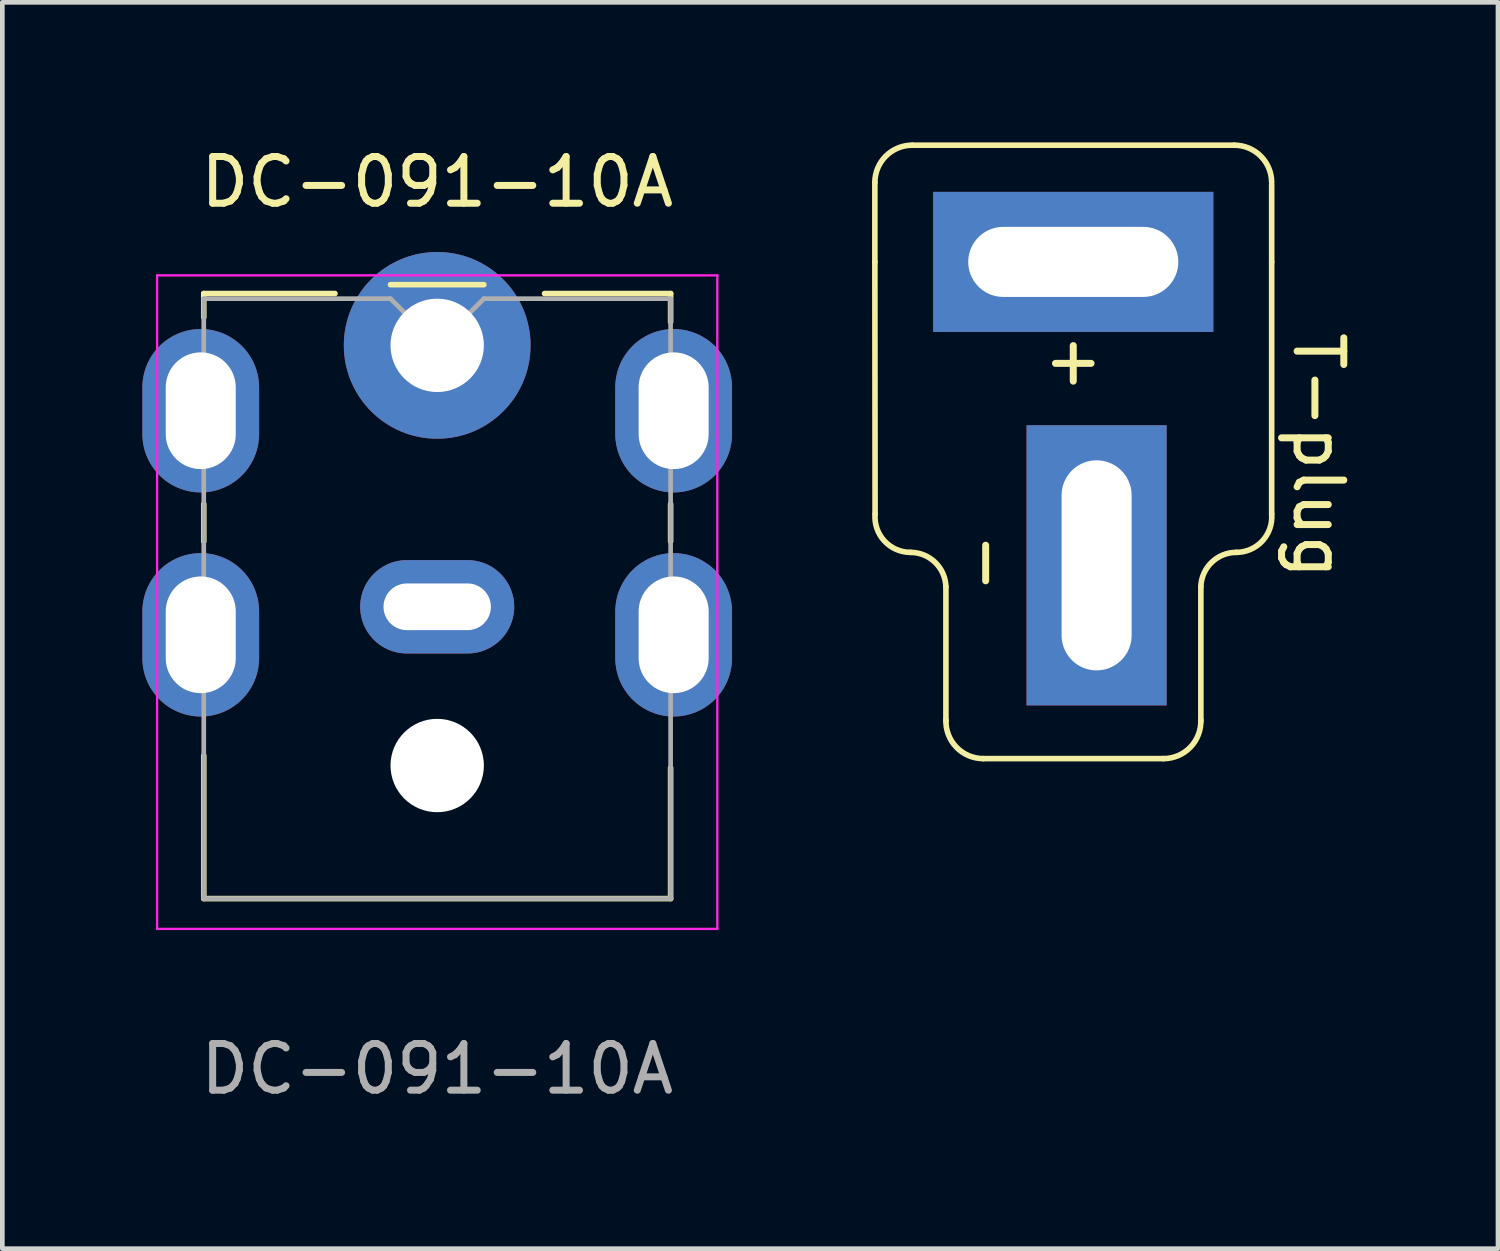
<source format=kicad_pcb>
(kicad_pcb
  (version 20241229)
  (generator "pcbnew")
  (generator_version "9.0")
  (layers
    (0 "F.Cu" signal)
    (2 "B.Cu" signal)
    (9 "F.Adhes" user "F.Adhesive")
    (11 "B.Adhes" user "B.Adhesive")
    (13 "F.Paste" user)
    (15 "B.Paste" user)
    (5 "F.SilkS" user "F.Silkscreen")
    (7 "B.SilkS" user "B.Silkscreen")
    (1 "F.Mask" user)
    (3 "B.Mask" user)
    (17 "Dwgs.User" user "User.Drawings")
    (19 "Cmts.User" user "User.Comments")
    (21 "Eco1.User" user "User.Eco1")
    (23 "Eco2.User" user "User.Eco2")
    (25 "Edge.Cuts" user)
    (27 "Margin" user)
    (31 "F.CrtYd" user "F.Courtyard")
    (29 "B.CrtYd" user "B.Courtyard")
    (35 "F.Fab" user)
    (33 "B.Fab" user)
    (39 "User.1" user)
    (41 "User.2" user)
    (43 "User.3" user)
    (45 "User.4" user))
  (footprint "T-plug"
    (layer "F.Cu")
    (at 19.94 2.56)
    (property "Reference" "T-plug" (at 5.25 4.15 270) (unlocked yes) (layer "F.SilkS") (effects (font (size 1 1) (thickness 0.15))))
    (attr through_hole)
    (fp_line (start -4.25 -1.7) (end -4.25 0) (stroke (width 0.12) (type solid)) (layer "F.SilkS"))
    (fp_line (start -4.25 0) (end -4.245 5.4) (stroke (width 0.12) (type solid)) (layer "F.SilkS"))
    (fp_line (start -3.45 -2.5) (end 3.45 -2.5) (stroke (width 0.12) (type solid)) (layer "F.SilkS"))
    (fp_line (start -2.728 6.96) (end -2.728 9.84) (stroke (width 0.12) (type solid)) (layer "F.SilkS"))
    (fp_line (start -1.928 10.64) (end 1.933 10.64) (stroke (width 0.12) (type solid)) (layer "F.SilkS"))
    (fp_line (start 2.733 6.96) (end 2.733 9.84) (stroke (width 0.12) (type solid)) (layer "F.SilkS"))
    (fp_line (start 4.25 -1.65) (end 4.25 0) (stroke (width 0.12) (type solid)) (layer "F.SilkS"))
    (fp_line (start 4.25 0) (end 4.25 5.4) (stroke (width 0.12) (type solid)) (layer "F.SilkS"))
    (fp_arc (start -4.25 -1.7) (mid -4.015685 -2.265685) (end -3.45 -2.5) (stroke (width 0.12) (type solid)) (layer "F.SilkS"))
    (fp_arc (start -3.48746 6.222087) (mid -4.046381 5.977069) (end -4.24492 5.4) (stroke (width 0.12) (type solid)) (layer "F.SilkS"))
    (fp_arc (start -3.48746 6.222087) (mid -2.957901 6.436956) (end -2.727779 6.960067) (stroke (width 0.12) (type solid)) (layer "F.SilkS"))
    (fp_arc (start -1.927779 10.640067) (mid -2.504348 10.394655) (end -2.727175 9.808988) (stroke (width 0.12) (type solid)) (layer "F.SilkS"))
    (fp_arc (start 2.732255 9.808988) (mid 2.509427 10.394654) (end 1.932859 10.640067) (stroke (width 0.12) (type solid)) (layer "F.SilkS"))
    (fp_arc (start 2.732859 6.960067) (mid 2.962982 6.436958) (end 3.49254 6.222087) (stroke (width 0.12) (type solid)) (layer "F.SilkS"))
    (fp_arc (start 3.45 -2.5) (mid 4.015685 -2.265685) (end 4.25 -1.7) (stroke (width 0.12) (type solid)) (layer "F.SilkS"))
    (fp_arc (start 4.25 5.4) (mid 4.051463 5.977072) (end 3.49254 6.222087) (stroke (width 0.12) (type solid)) (layer "F.SilkS"))
    (fp_text user "+" (at 0 2.1 0) (unlocked yes) (layer "F.SilkS") (effects (font (size 1 1) (thickness 0.15))))
    (fp_text user "-" (at -1.95 6.45 90) (unlocked yes) (layer "F.SilkS") (effects (font (size 1 1) (thickness 0.15))))
    (pad "1" thru_hole rect (at 0 0) (size 6 3) (drill oval 4.5 1.5) (layers "*.Cu" "*.Mask"))
    (pad "2" thru_hole rect (at 0.5 6.5 90) (size 6 3) (drill oval 4.5 1.5) (layers "*.Cu" "*.Mask")))
  (footprint "DC-091-10A"
    (layer "F.Cu")
    (at 6.315 4.348)
    (property "Reference" "DC-091-10A" (at 0 -3.5 0) (unlocked yes) (layer "F.SilkS") (effects (font (size 1 1) (thickness 0.15))))
    (attr through_hole)
    (fp_line (start -5 -1.11) (end -2.19 -1.11) (stroke (width 0.12) (type solid)) (layer "F.SilkS"))
    (fp_line (start -5 -0.6) (end -5 -1.11) (stroke (width 0.12) (type solid)) (layer "F.SilkS"))
    (fp_line (start -5 3.4) (end -5 4.2) (stroke (width 0.12) (type solid)) (layer "F.SilkS"))
    (fp_line (start -5 11.85) (end -5 8.79) (stroke (width 0.12) (type solid)) (layer "F.SilkS"))
    (fp_line (start -1 -1.3) (end 1 -1.3) (stroke (width 0.12) (type solid)) (layer "F.SilkS"))
    (fp_line (start 2.3 -1.11) (end 5 -1.11) (stroke (width 0.12) (type solid)) (layer "F.SilkS"))
    (fp_line (start 5 -1.11) (end 5 -0.5) (stroke (width 0.12) (type solid)) (layer "F.SilkS"))
    (fp_line (start 5 3.4) (end 5 4.2) (stroke (width 0.12) (type solid)) (layer "F.SilkS"))
    (fp_line (start 5 9.05) (end 5 11.85) (stroke (width 0.12) (type solid)) (layer "F.SilkS"))
    (fp_line (start 5 11.85) (end -5 11.85) (stroke (width 0.12) (type solid)) (layer "F.SilkS"))
    (fp_line (start -6 -1.5) (end -6 12.5) (stroke (width 0.05) (type solid)) (layer "F.CrtYd"))
    (fp_line (start -6 12.5) (end 6 12.5) (stroke (width 0.05) (type solid)) (layer "F.CrtYd"))
    (fp_line (start 6 -1.5) (end -6 -1.5) (stroke (width 0.05) (type solid)) (layer "F.CrtYd"))
    (fp_line (start 6 12.5) (end 6 -1.5) (stroke (width 0.05) (type solid)) (layer "F.CrtYd"))
    (fp_line (start -5 -1) (end -1 -1) (stroke (width 0.1) (type solid)) (layer "F.Fab"))
    (fp_line (start -5 11.85) (end -5 -1) (stroke (width 0.1) (type solid)) (layer "F.Fab"))
    (fp_line (start -1 -1) (end 0 0) (stroke (width 0.1) (type solid)) (layer "F.Fab"))
    (fp_line (start 0 0) (end 1 -1) (stroke (width 0.1) (type solid)) (layer "F.Fab"))
    (fp_line (start 1 -1) (end 5 -1) (stroke (width 0.1) (type solid)) (layer "F.Fab"))
    (fp_line (start 5 -1) (end 5 11.85) (stroke (width 0.1) (type solid)) (layer "F.Fab"))
    (fp_line (start 5 11.85) (end -5 11.85) (stroke (width 0.1) (type solid)) (layer "F.Fab"))
    (fp_text user "${REFERENCE}" (at 0 15.5 0) (unlocked yes) (layer "F.Fab") (effects (font (size 1 1) (thickness 0.15))))
    (pad "" np_thru_hole circle (at 0 9) (size 2 2) (drill 2) (layers "*.Cu" "*.Mask"))
    (pad "1" thru_hole circle (at 0 0) (size 4 4) (drill 2) (layers "*.Cu" "*.Mask"))
    (pad "2" thru_hole oval (at 0 5.6) (size 3.3 2) (drill oval 2.3 1) (layers "*.Cu" "*.Mask"))
    (pad "MP" thru_hole oval (at -5.065 1.4) (size 2.5 3.5) (drill oval 1.5 2.5) (layers "*.Cu" "*.Mask"))
    (pad "MP" thru_hole oval (at -5.065 6.2) (size 2.5 3.5) (drill oval 1.5 2.5) (layers "*.Cu" "*.Mask"))
    (pad "MP" thru_hole oval (at 5.065 1.4) (size 2.5 3.5) (drill oval 1.5 2.5) (layers "*.Cu" "*.Mask"))
    (pad "MP" thru_hole oval (at 5.065 6.2) (size 2.5 3.5) (drill oval 1.5 2.5) (layers "*.Cu" "*.Mask")))
  (gr_rect
    (start -3 -3)
    (end 29.038 23.697)
    (stroke (width 0.1) (type default))
    (fill no)
    (layer "Edge.Cuts")))
</source>
